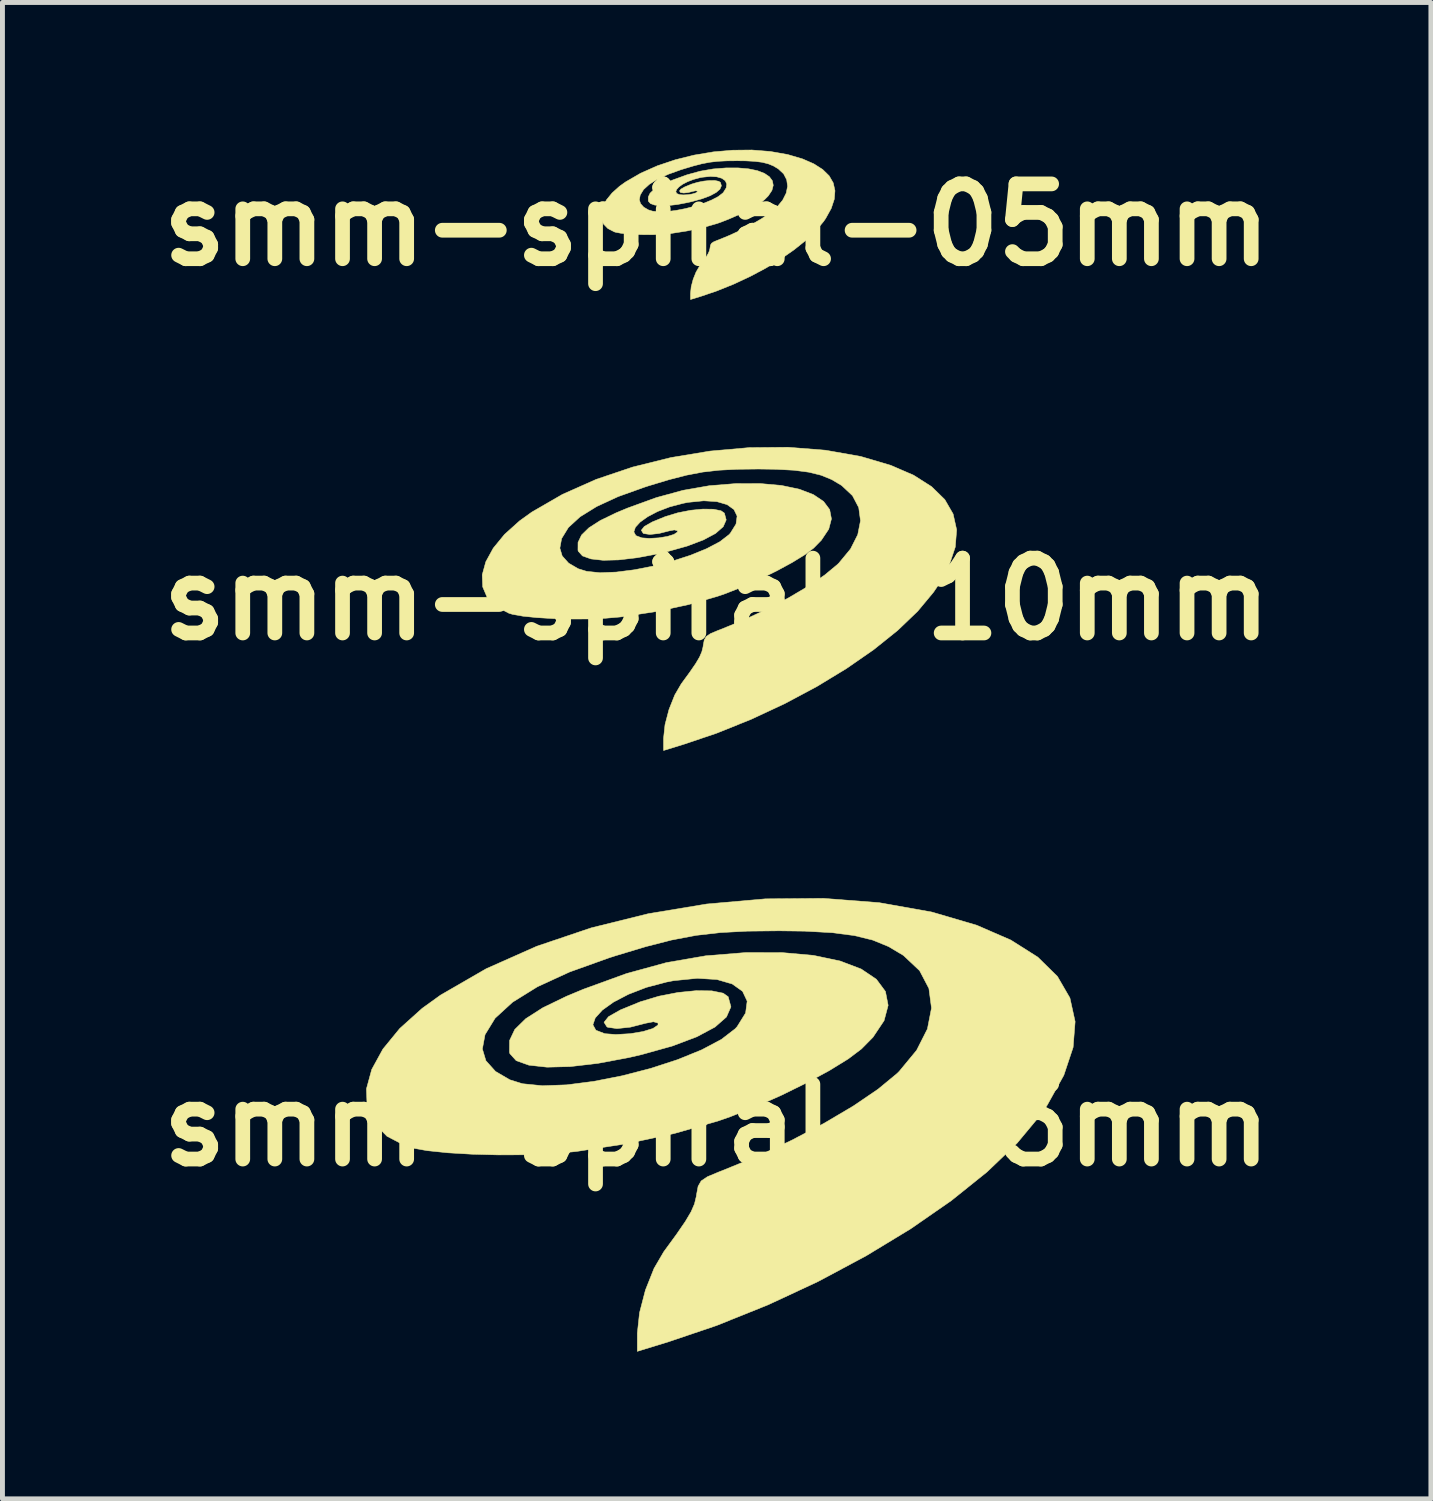
<source format=kicad_pcb>
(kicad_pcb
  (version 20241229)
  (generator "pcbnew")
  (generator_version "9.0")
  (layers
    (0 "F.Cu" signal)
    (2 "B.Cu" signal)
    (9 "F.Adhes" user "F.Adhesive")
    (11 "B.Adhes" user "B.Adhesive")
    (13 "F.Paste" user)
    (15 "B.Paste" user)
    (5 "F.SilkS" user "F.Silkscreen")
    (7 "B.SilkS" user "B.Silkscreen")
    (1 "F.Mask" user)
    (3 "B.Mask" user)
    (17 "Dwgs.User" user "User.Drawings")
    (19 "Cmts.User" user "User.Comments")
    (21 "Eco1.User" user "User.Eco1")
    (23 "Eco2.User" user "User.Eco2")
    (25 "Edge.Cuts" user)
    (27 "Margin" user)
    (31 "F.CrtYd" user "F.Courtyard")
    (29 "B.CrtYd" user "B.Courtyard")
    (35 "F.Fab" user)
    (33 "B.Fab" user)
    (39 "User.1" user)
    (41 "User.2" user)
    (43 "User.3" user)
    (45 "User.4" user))
  (footprint "smm-spiral-10mm"
    (layer "F.Cu")
    (at 11.546 9.152)
    (property "Reference" "smm-spiral-10mm" (at 0 0 0) (layer "F.SilkS") (effects (font (size 1.524 1.524) (thickness 0.3))))
    (attr through_hole)
    (fp_poly (pts (xy 2.215 -3.033) (xy 2.934 -2.906) (xy 3.546 -2.725) (xy 4.011 -2.524) (xy 4.377 -2.291) (xy 4.646 -2.028) (xy 4.815 -1.735) (xy 4.887 -1.412) (xy 4.859 -1.061) (xy 4.732 -0.681) (xy 4.506 -0.274) (xy 4.415 -0.14) (xy 4.095 0.245) (xy 3.686 0.637) (xy 3.197 1.029) (xy 2.643 1.413) (xy 2.034 1.783) (xy 1.383 2.13) (xy 0.701 2.448) (xy 0.00004 2.73) (xy -0.657 2.952) (xy -1.082 3.083) (xy -1.082 2.835) (xy -1.052 2.556) (xy -0.971 2.247) (xy -0.854 1.953) (xy -0.722 1.726) (xy -0.548 1.488) (xy -0.427 1.312) (xy -0.349 1.18) (xy -0.303 1.073) (xy -0.278 0.973) (xy -0.274 0.942) (xy -0.253 0.832) (xy -0.212 0.76) (xy -0.126 0.702) (xy 0.029 0.637) (xy 0.07 0.622) (xy 0.551 0.425) (xy 1.022 0.205) (xy 1.465 -0.027) (xy 1.864 -0.263) (xy 2.2 -0.491) (xy 2.457 -0.704) (xy 2.488 -0.734) (xy 2.726 -1.022) (xy 2.873 -1.313) (xy 2.929 -1.597) (xy 2.893 -1.865) (xy 2.766 -2.107) (xy 2.547 -2.313) (xy 2.541 -2.317) (xy 2.343 -2.435) (xy 2.128 -2.523) (xy 1.878 -2.585) (xy 1.574 -2.625) (xy 1.2 -2.645) (xy 0.85 -2.65) (xy 0.418 -2.645) (xy 0.05 -2.626) (xy -0.283 -2.588) (xy -0.613 -2.525) (xy -0.971 -2.433) (xy -1.388 -2.307) (xy -1.468 -2.281) (xy -2.005 -2.089) (xy -2.443 -1.887) (xy -2.782 -1.677) (xy -3.02 -1.459) (xy -3.158 -1.234) (xy -3.194 -1.039) (xy -3.146 -0.879) (xy -3.015 -0.733) (xy -2.82 -0.619) (xy -2.648 -0.566) (xy -2.376 -0.538) (xy -2.045 -0.551) (xy -1.675 -0.598) (xy -1.287 -0.674) (xy -0.899 -0.775) (xy -0.532 -0.894) (xy -0.204 -1.028) (xy 0.064 -1.169) (xy 0.252 -1.314) (xy 0.279 -1.344) (xy 0.394 -1.529) (xy 0.416 -1.692) (xy 0.352 -1.825) (xy 0.212 -1.925) (xy 0.004 -1.986) (xy -0.264 -2.003) (xy -0.585 -1.971) (xy -0.68 -1.952) (xy -0.958 -1.879) (xy -1.203 -1.785) (xy -1.405 -1.679) (xy -1.559 -1.569) (xy -1.656 -1.463) (xy -1.687 -1.369) (xy -1.646 -1.294) (xy -1.525 -1.248) (xy -1.375 -1.237) (xy -1.18 -1.248) (xy -1.003 -1.277) (xy -0.869 -1.319) (xy -0.8 -1.366) (xy -0.8 -1.393) (xy -0.862 -1.41) (xy -0.967 -1.39) (xy -1.176 -1.337) (xy -1.359 -1.317) (xy -1.484 -1.335) (xy -1.497 -1.341) (xy -1.535 -1.403) (xy -1.474 -1.48) (xy -1.312 -1.572) (xy -1.049 -1.68) (xy -1.04 -1.683) (xy -0.789 -1.759) (xy -0.528 -1.81) (xy -0.28 -1.834) (xy -0.067 -1.831) (xy 0.088 -1.8) (xy 0.157 -1.752) (xy 0.194 -1.614) (xy 0.133 -1.475) (xy -0.023 -1.338) (xy -0.27 -1.206) (xy -0.604 -1.08) (xy -1.022 -0.963) (xy -1.199 -0.922) (xy -1.622 -0.843) (xy -1.996 -0.799) (xy -2.312 -0.791) (xy -2.561 -0.819) (xy -2.733 -0.88) (xy -2.819 -0.976) (xy -2.825 -0.996) (xy -2.824 -1.155) (xy -2.752 -1.306) (xy -2.603 -1.452) (xy -2.371 -1.601) (xy -2.047 -1.758) (xy -1.817 -1.854) (xy -1.231 -2.067) (xy -0.686 -2.216) (xy -0.15 -2.31) (xy 0.386 -2.353) (xy 0.887 -2.354) (xy 1.321 -2.315) (xy 1.683 -2.239) (xy 1.97 -2.129) (xy 2.177 -1.99) (xy 2.301 -1.824) (xy 2.337 -1.634) (xy 2.282 -1.425) (xy 2.131 -1.199) (xy 1.974 -1.039) (xy 1.793 -0.903) (xy 1.537 -0.746) (xy 1.226 -0.577) (xy 0.882 -0.408) (xy 0.528 -0.251) (xy 0.184 -0.115) (xy 0.013 -0.056) (xy -0.576 0.112) (xy -1.227 0.252) (xy -1.904 0.356) (xy -1.97 0.364) (xy -2.272 0.39) (xy -2.615 0.404) (xy -2.975 0.405) (xy -3.333 0.396) (xy -3.664 0.376) (xy -3.947 0.347) (xy -4.16 0.309) (xy -4.23 0.288) (xy -4.495 0.15) (xy -4.673 -0.032) (xy -4.765 -0.249) (xy -4.775 -0.495) (xy -4.702 -0.761) (xy -4.551 -1.037) (xy -4.321 -1.318) (xy -4.015 -1.593) (xy -3.765 -1.773) (xy -3.142 -2.133) (xy -2.452 -2.44) (xy -1.71 -2.69) (xy -0.933 -2.883) (xy -0.136 -3.015) (xy 0.665 -3.086) (xy 1.454 -3.093) (xy 2.215 -3.033)) (stroke (width 0.01) (type solid)) (fill yes) (layer "F.SilkS")))
  (footprint "smm-spiral-05mm"
    (layer "F.Cu")
    (at 11.546 1.53)
    (property "Reference" "smm-spiral-05mm" (at 0 0 0) (layer "F.SilkS") (effects (font (size 1.524 1.524) (thickness 0.3))))
    (attr through_hole)
    (fp_poly (pts (xy 1.092 -1.495) (xy 1.446 -1.433) (xy 1.748 -1.344) (xy 1.977 -1.244) (xy 2.158 -1.129) (xy 2.29 -1) (xy 2.374 -0.855) (xy 2.409 -0.696) (xy 2.395 -0.523) (xy 2.333 -0.336) (xy 2.222 -0.135) (xy 2.177 -0.069) (xy 2.019 0.121) (xy 1.817 0.314) (xy 1.576 0.507) (xy 1.303 0.697) (xy 1.003 0.879) (xy 0.682 1.05) (xy 0.346 1.207) (xy 0.000019 1.346) (xy -0.324 1.456) (xy -0.533 1.52) (xy -0.533 1.398) (xy -0.519 1.26) (xy -0.479 1.108) (xy -0.421 0.963) (xy -0.356 0.851) (xy -0.27 0.733) (xy -0.21 0.647) (xy -0.172 0.582) (xy -0.149 0.529) (xy -0.137 0.48) (xy -0.135 0.464) (xy -0.125 0.41) (xy -0.104 0.374) (xy -0.062 0.346) (xy 0.014 0.314) (xy 0.034 0.307) (xy 0.272 0.209) (xy 0.504 0.101) (xy 0.722 -0.013) (xy 0.919 -0.129) (xy 1.085 -0.242) (xy 1.211 -0.347) (xy 1.227 -0.362) (xy 1.344 -0.504) (xy 1.416 -0.647) (xy 1.444 -0.787) (xy 1.426 -0.919) (xy 1.364 -1.039) (xy 1.256 -1.14) (xy 1.253 -1.142) (xy 1.155 -1.201) (xy 1.049 -1.244) (xy 0.926 -1.275) (xy 0.776 -1.294) (xy 0.591 -1.304) (xy 0.419 -1.306) (xy 0.206 -1.304) (xy 0.025 -1.295) (xy -0.139 -1.276) (xy -0.302 -1.245) (xy -0.479 -1.199) (xy -0.684 -1.137) (xy -0.724 -1.125) (xy -0.988 -1.03) (xy -1.204 -0.931) (xy -1.371 -0.827) (xy -1.489 -0.72) (xy -1.557 -0.609) (xy -1.575 -0.512) (xy -1.551 -0.433) (xy -1.486 -0.361) (xy -1.39 -0.305) (xy -1.305 -0.279) (xy -1.171 -0.265) (xy -1.008 -0.271) (xy -0.826 -0.295) (xy -0.634 -0.332) (xy -0.443 -0.382) (xy -0.262 -0.441) (xy -0.101 -0.507) (xy 0.031 -0.576) (xy 0.124 -0.648) (xy 0.138 -0.663) (xy 0.194 -0.754) (xy 0.205 -0.834) (xy 0.174 -0.9) (xy 0.105 -0.949) (xy 0.002 -0.979) (xy -0.13 -0.987) (xy -0.288 -0.971) (xy -0.335 -0.963) (xy -0.472 -0.926) (xy -0.593 -0.88) (xy -0.693 -0.828) (xy -0.769 -0.773) (xy -0.816 -0.721) (xy -0.832 -0.675) (xy -0.812 -0.638) (xy -0.752 -0.615) (xy -0.678 -0.61) (xy -0.582 -0.615) (xy -0.495 -0.63) (xy -0.428 -0.65) (xy -0.394 -0.673) (xy -0.394 -0.687) (xy -0.425 -0.695) (xy -0.477 -0.685) (xy -0.58 -0.659) (xy -0.67 -0.649) (xy -0.731 -0.658) (xy -0.738 -0.661) (xy -0.757 -0.692) (xy -0.727 -0.73) (xy -0.647 -0.775) (xy -0.517 -0.828) (xy -0.513 -0.83) (xy -0.389 -0.867) (xy -0.26 -0.892) (xy -0.138 -0.904) (xy -0.033 -0.903) (xy 0.043 -0.887) (xy 0.077 -0.864) (xy 0.096 -0.796) (xy 0.066 -0.727) (xy -0.011 -0.66) (xy -0.133 -0.594) (xy -0.298 -0.532) (xy -0.504 -0.475) (xy -0.591 -0.455) (xy -0.8 -0.415) (xy -0.984 -0.394) (xy -1.14 -0.39) (xy -1.263 -0.404) (xy -1.348 -0.434) (xy -1.39 -0.481) (xy -1.393 -0.491) (xy -1.392 -0.57) (xy -1.357 -0.644) (xy -1.283 -0.716) (xy -1.169 -0.789) (xy -1.009 -0.867) (xy -0.896 -0.914) (xy -0.607 -1.019) (xy -0.338 -1.093) (xy -0.074 -1.139) (xy 0.191 -1.16) (xy 0.437 -1.16) (xy 0.651 -1.141) (xy 0.83 -1.104) (xy 0.971 -1.05) (xy 1.073 -0.981) (xy 1.134 -0.899) (xy 1.152 -0.806) (xy 1.125 -0.702) (xy 1.051 -0.591) (xy 0.973 -0.512) (xy 0.884 -0.445) (xy 0.758 -0.368) (xy 0.604 -0.284) (xy 0.435 -0.201) (xy 0.26 -0.124) (xy 0.091 -0.057) (xy 0.006 -0.027) (xy -0.284 0.055) (xy -0.605 0.124) (xy -0.938 0.176) (xy -0.971 0.18) (xy -1.12 0.192) (xy -1.289 0.199) (xy -1.467 0.2) (xy -1.643 0.195) (xy -1.806 0.185) (xy -1.946 0.171) (xy -2.051 0.152) (xy -2.085 0.142) (xy -2.216 0.074) (xy -2.304 -0.016) (xy -2.349 -0.123) (xy -2.354 -0.244) (xy -2.318 -0.375) (xy -2.243 -0.511) (xy -2.13 -0.65) (xy -1.98 -0.785) (xy -1.856 -0.874) (xy -1.549 -1.052) (xy -1.209 -1.203) (xy -0.843 -1.326) (xy -0.46 -1.421) (xy -0.067 -1.487) (xy 0.328 -1.521) (xy 0.717 -1.525) (xy 1.092 -1.495)) (stroke (width 0.01) (type solid)) (fill yes) (layer "F.SilkS")))
  (footprint "smm-spiral-15mm"
    (layer "F.Cu")
    (at 11.546 19.866)
    (property "Reference" "smm-spiral-15mm" (at 0 0 0) (layer "F.SilkS") (effects (font (size 1.524 1.524) (thickness 0.3))))
    (attr through_hole)
    (fp_poly (pts (xy 3.31 -4.532) (xy 4.383 -4.341) (xy 5.298 -4.072) (xy 5.992 -3.77) (xy 6.54 -3.423) (xy 6.94 -3.03) (xy 7.194 -2.592) (xy 7.3 -2.11) (xy 7.259 -1.585) (xy 7.07 -1.018) (xy 6.732 -0.409) (xy 6.596 -0.209) (xy 6.118 0.366) (xy 5.506 0.952) (xy 4.777 1.537) (xy 3.949 2.111) (xy 3.039 2.663) (xy 2.066 3.183) (xy 1.047 3.658) (xy 0.00006 4.079) (xy -0.981 4.411) (xy -1.616 4.606) (xy -1.616 4.235) (xy -1.571 3.819) (xy -1.451 3.357) (xy -1.276 2.917) (xy -1.078 2.578) (xy -0.818 2.222) (xy -0.638 1.96) (xy -0.521 1.762) (xy -0.452 1.603) (xy -0.416 1.454) (xy -0.409 1.407) (xy -0.378 1.243) (xy -0.316 1.135) (xy -0.188 1.049) (xy 0.044 0.952) (xy 0.104 0.929) (xy 0.823 0.635) (xy 1.526 0.307) (xy 2.189 -0.04) (xy 2.784 -0.392) (xy 3.287 -0.734) (xy 3.671 -1.051) (xy 3.717 -1.096) (xy 4.072 -1.526) (xy 4.292 -1.961) (xy 4.375 -2.386) (xy 4.322 -2.786) (xy 4.133 -3.147) (xy 3.806 -3.455) (xy 3.796 -3.462) (xy 3.501 -3.638) (xy 3.179 -3.77) (xy 2.805 -3.862) (xy 2.352 -3.921) (xy 1.792 -3.952) (xy 1.27 -3.959) (xy 0.624 -3.952) (xy 0.075 -3.923) (xy -0.422 -3.866) (xy -0.916 -3.772) (xy -1.451 -3.635) (xy -2.073 -3.447) (xy -2.194 -3.408) (xy -2.995 -3.121) (xy -3.65 -2.82) (xy -4.156 -2.506) (xy -4.512 -2.18) (xy -4.718 -1.844) (xy -4.772 -1.553) (xy -4.7 -1.313) (xy -4.504 -1.095) (xy -4.213 -0.925) (xy -3.956 -0.845) (xy -3.549 -0.804) (xy -3.055 -0.822) (xy -2.503 -0.893) (xy -1.923 -1.007) (xy -1.343 -1.157) (xy -0.794 -1.336) (xy -0.305 -1.535) (xy 0.095 -1.747) (xy 0.377 -1.964) (xy 0.417 -2.008) (xy 0.589 -2.285) (xy 0.621 -2.527) (xy 0.527 -2.727) (xy 0.317 -2.876) (xy 0.006 -2.967) (xy -0.395 -2.992) (xy -0.874 -2.944) (xy -1.016 -2.917) (xy -1.432 -2.807) (xy -1.797 -2.666) (xy -2.1 -2.508) (xy -2.329 -2.344) (xy -2.473 -2.185) (xy -2.521 -2.045) (xy -2.46 -1.934) (xy -2.278 -1.864) (xy -2.054 -1.847) (xy -1.762 -1.864) (xy -1.499 -1.908) (xy -1.298 -1.97) (xy -1.195 -2.04) (xy -1.195 -2.081) (xy -1.288 -2.107) (xy -1.445 -2.077) (xy -1.757 -1.997) (xy -2.03 -1.968) (xy -2.217 -1.994) (xy -2.236 -2.004) (xy -2.294 -2.096) (xy -2.202 -2.211) (xy -1.96 -2.348) (xy -1.567 -2.509) (xy -1.554 -2.514) (xy -1.179 -2.627) (xy -0.789 -2.703) (xy -0.418 -2.74) (xy -0.1 -2.736) (xy 0.132 -2.689) (xy 0.234 -2.617) (xy 0.29 -2.411) (xy 0.199 -2.204) (xy -0.034 -1.999) (xy -0.404 -1.801) (xy -0.903 -1.613) (xy -1.526 -1.439) (xy -1.792 -1.377) (xy -2.423 -1.259) (xy -2.982 -1.194) (xy -3.454 -1.182) (xy -3.826 -1.223) (xy -4.083 -1.315) (xy -4.212 -1.458) (xy -4.22 -1.488) (xy -4.218 -1.726) (xy -4.112 -1.95) (xy -3.889 -2.169) (xy -3.541 -2.392) (xy -3.058 -2.626) (xy -2.715 -2.769) (xy -1.838 -3.088) (xy -1.025 -3.311) (xy -0.224 -3.45) (xy 0.577 -3.515) (xy 1.325 -3.516) (xy 1.973 -3.458) (xy 2.514 -3.344) (xy 2.943 -3.181) (xy 3.252 -2.973) (xy 3.437 -2.724) (xy 3.492 -2.441) (xy 3.409 -2.129) (xy 3.183 -1.791) (xy 2.948 -1.553) (xy 2.679 -1.35) (xy 2.296 -1.114) (xy 1.831 -0.862) (xy 1.318 -0.61) (xy 0.789 -0.375) (xy 0.275 -0.172) (xy 0.019 -0.083) (xy -0.86 0.168) (xy -1.833 0.377) (xy -2.844 0.533) (xy -2.943 0.544) (xy -3.394 0.583) (xy -3.906 0.603) (xy -4.445 0.605) (xy -4.979 0.591) (xy -5.474 0.562) (xy -5.897 0.518) (xy -6.215 0.462) (xy -6.32 0.431) (xy -6.715 0.225) (xy -6.981 -0.047) (xy -7.119 -0.373) (xy -7.133 -0.74) (xy -7.025 -1.136) (xy -6.798 -1.55) (xy -6.455 -1.969) (xy -5.998 -2.38) (xy -5.625 -2.649) (xy -4.694 -3.187) (xy -3.663 -3.645) (xy -2.555 -4.019) (xy -1.394 -4.307) (xy -0.203 -4.505) (xy 0.993 -4.61) (xy 2.172 -4.62) (xy 3.31 -4.532)) (stroke (width 0.01) (type solid)) (fill yes) (layer "F.SilkS")))
  (gr_rect
    (start -3 -3)
    (end 26.092 27.476)
    (stroke (width 0.1) (type default))
    (fill no)
    (layer "Edge.Cuts")))
</source>
